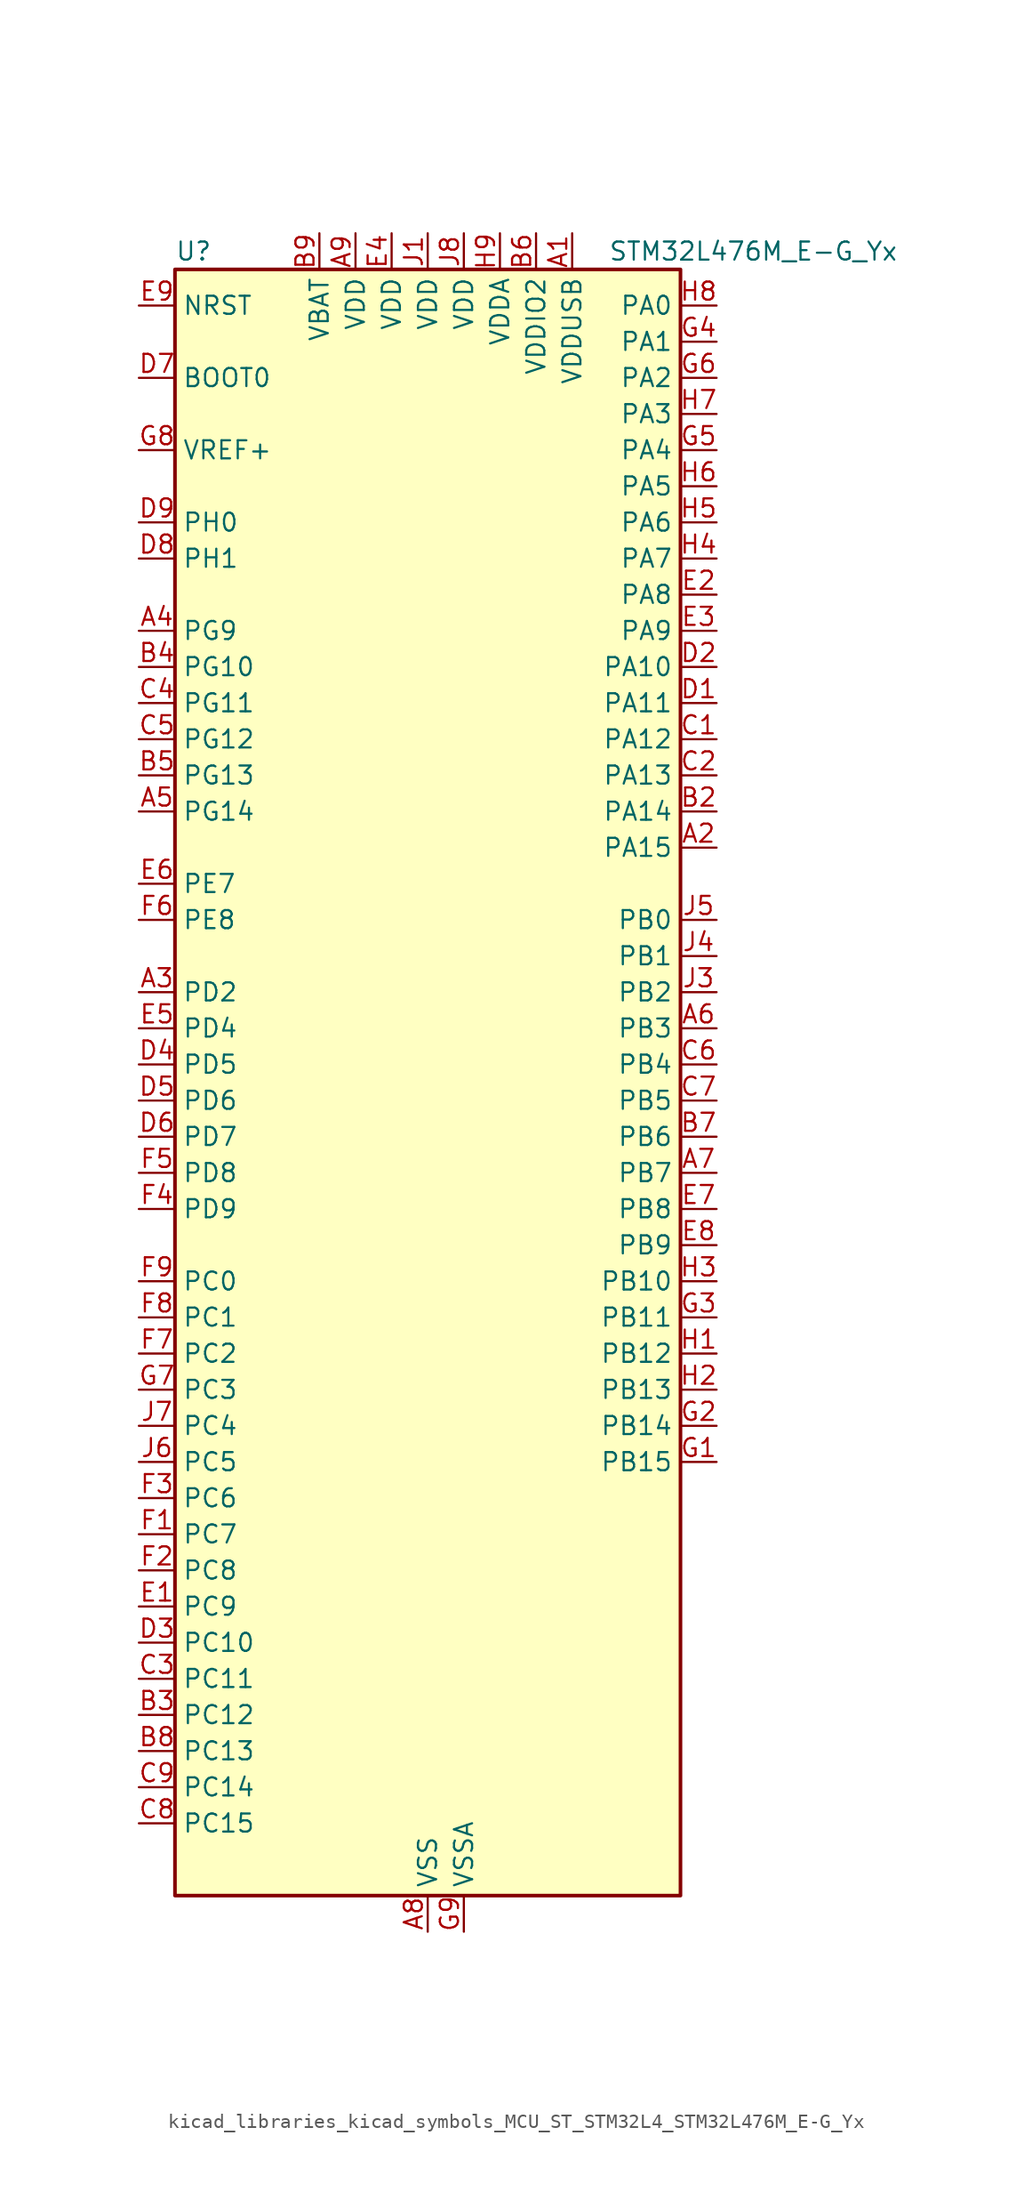
<source format=kicad_sym>
(kicad_symbol_lib
  (version 20220914)
  (generator kicad_symbol_editor)
  (symbol "kicad_libraries_kicad_symbols_MCU_ST_STM32L4_STM32L476M_E-G_Yx"
    (property "Reference" "U"
      (at -17.78 59.69 0)
      (effects (font (size 1.27 1.27)) (justify left)))
    (property "Value" "STM32L476M_E-G_Yx"
      (at 12.7 59.69 0)
      (effects (font (size 1.27 1.27)) (justify left)))
    (property "ki_locked" ""
      (at 0 0 0)
      (effects (font (size 1.27 1.27))))
    (symbol "kicad_libraries_kicad_symbols_MCU_ST_STM32L4_STM32L476M_E-G_Yx_0_1"
      (rectangle (start -17.78 -55.88) (end 17.78 58.42) (stroke (width 0.254) (type default)) (fill (type background))))
    (symbol "kicad_libraries_kicad_symbols_MCU_ST_STM32L4_STM32L476M_E-G_Yx_1_1"
      (pin power_in line (at 10.16 60.96 270) (length 2.54) (name "VDDUSB" (effects (font (size 1.27 1.27)))) (number "A1" (effects (font (size 1.27 1.27)))))
      (pin bidirectional line (at 20.32 17.78 180) (length 2.54) (name "PA15" (effects (font (size 1.27 1.27)))) (number "A2" (effects (font (size 1.27 1.27)))) (alternate "ADC1_EXTI15" bidirectional line) (alternate "ADC2_EXTI15" bidirectional line) (alternate "ADC3_EXTI15" bidirectional line) (alternate "LCD_SEG17" bidirectional line) (alternate "SAI2_FS_B" bidirectional line) (alternate "SPI1_NSS" bidirectional line) (alternate "SPI3_NSS" bidirectional line) (alternate "SYS_JTDI" bidirectional line) (alternate "TIM2_CH1" bidirectional line) (alternate "TIM2_ETR" bidirectional line) (alternate "TSC_G3_IO1" bidirectional line) (alternate "UART4_DE" bidirectional line) (alternate "UART4_RTS" bidirectional line))
      (pin bidirectional line (at -20.32 7.62 0) (length 2.54) (name "PD2" (effects (font (size 1.27 1.27)))) (number "A3" (effects (font (size 1.27 1.27)))) (alternate "LCD_COM7" bidirectional line) (alternate "LCD_SEG31" bidirectional line) (alternate "LCD_SEG43" bidirectional line) (alternate "SDMMC1_CMD" bidirectional line) (alternate "TIM3_ETR" bidirectional line) (alternate "TSC_SYNC" bidirectional line) (alternate "UART5_RX" bidirectional line) (alternate "USART3_DE" bidirectional line) (alternate "USART3_RTS" bidirectional line))
      (pin bidirectional line (at -20.32 33.02 0) (length 2.54) (name "PG9" (effects (font (size 1.27 1.27)))) (number "A4" (effects (font (size 1.27 1.27)))) (alternate "DAC1_EXTI9" bidirectional line) (alternate "SAI2_SCK_A" bidirectional line) (alternate "SPI3_SCK" bidirectional line) (alternate "TIM15_CH1N" bidirectional line) (alternate "USART1_TX" bidirectional line))
      (pin bidirectional line (at -20.32 20.32 0) (length 2.54) (name "PG14" (effects (font (size 1.27 1.27)))) (number "A5" (effects (font (size 1.27 1.27)))) (alternate "I2C1_SCL" bidirectional line))
      (pin bidirectional line (at 20.32 5.08 180) (length 2.54) (name "PB3" (effects (font (size 1.27 1.27)))) (number "A6" (effects (font (size 1.27 1.27)))) (alternate "COMP2_INM" bidirectional line) (alternate "LCD_SEG7" bidirectional line) (alternate "SAI1_SCK_B" bidirectional line) (alternate "SPI1_SCK" bidirectional line) (alternate "SPI3_SCK" bidirectional line) (alternate "SYS_JTDO-SWO" bidirectional line) (alternate "TIM2_CH2" bidirectional line) (alternate "USART1_DE" bidirectional line) (alternate "USART1_RTS" bidirectional line))
      (pin bidirectional line (at 20.32 -5.08 180) (length 2.54) (name "PB7" (effects (font (size 1.27 1.27)))) (number "A7" (effects (font (size 1.27 1.27)))) (alternate "COMP2_INM" bidirectional line) (alternate "DFSDM1_CKIN5" bidirectional line) (alternate "I2C1_SDA" bidirectional line) (alternate "LCD_SEG21" bidirectional line) (alternate "LPTIM1_IN2" bidirectional line) (alternate "SYS_PVD_IN" bidirectional line) (alternate "TIM17_CH1N" bidirectional line) (alternate "TIM4_CH2" bidirectional line) (alternate "TIM8_BKIN" bidirectional line) (alternate "TIM8_BKIN_COMP1" bidirectional line) (alternate "TSC_G2_IO4" bidirectional line) (alternate "UART4_CTS" bidirectional line) (alternate "USART1_RX" bidirectional line))
      (pin power_in line (at 0 -58.42 90) (length 2.54) (name "VSS" (effects (font (size 1.27 1.27)))) (number "A8" (effects (font (size 1.27 1.27)))))
      (pin power_in line (at -5.08 60.96 270) (length 2.54) (name "VDD" (effects (font (size 1.27 1.27)))) (number "A9" (effects (font (size 1.27 1.27)))))
      (pin passive line (at 0 -58.42 90) (length 2.54) hide (name "VSS" (effects (font (size 1.27 1.27)))) (number "B1" (effects (font (size 1.27 1.27)))))
      (pin bidirectional line (at 20.32 20.32 180) (length 2.54) (name "PA14" (effects (font (size 1.27 1.27)))) (number "B2" (effects (font (size 1.27 1.27)))) (alternate "SYS_JTCK-SWCLK" bidirectional line))
      (pin bidirectional line (at -20.32 -43.18 0) (length 2.54) (name "PC12" (effects (font (size 1.27 1.27)))) (number "B3" (effects (font (size 1.27 1.27)))) (alternate "LCD_COM6" bidirectional line) (alternate "LCD_SEG30" bidirectional line) (alternate "LCD_SEG42" bidirectional line) (alternate "SAI2_SD_B" bidirectional line) (alternate "SDMMC1_CK" bidirectional line) (alternate "SPI3_MOSI" bidirectional line) (alternate "TSC_G3_IO4" bidirectional line) (alternate "UART5_TX" bidirectional line) (alternate "USART3_CK" bidirectional line))
      (pin bidirectional line (at -20.32 30.48 0) (length 2.54) (name "PG10" (effects (font (size 1.27 1.27)))) (number "B4" (effects (font (size 1.27 1.27)))) (alternate "LPTIM1_IN1" bidirectional line) (alternate "SAI2_FS_A" bidirectional line) (alternate "SPI3_MISO" bidirectional line) (alternate "TIM15_CH1" bidirectional line) (alternate "USART1_RX" bidirectional line))
      (pin bidirectional line (at -20.32 22.86 0) (length 2.54) (name "PG13" (effects (font (size 1.27 1.27)))) (number "B5" (effects (font (size 1.27 1.27)))) (alternate "I2C1_SDA" bidirectional line) (alternate "USART1_CK" bidirectional line))
      (pin power_in line (at 7.62 60.96 270) (length 2.54) (name "VDDIO2" (effects (font (size 1.27 1.27)))) (number "B6" (effects (font (size 1.27 1.27)))))
      (pin bidirectional line (at 20.32 -2.54 180) (length 2.54) (name "PB6" (effects (font (size 1.27 1.27)))) (number "B7" (effects (font (size 1.27 1.27)))) (alternate "COMP2_INP" bidirectional line) (alternate "DFSDM1_DATIN5" bidirectional line) (alternate "I2C1_SCL" bidirectional line) (alternate "LPTIM1_ETR" bidirectional line) (alternate "SAI1_FS_B" bidirectional line) (alternate "TIM16_CH1N" bidirectional line) (alternate "TIM4_CH1" bidirectional line) (alternate "TIM8_BKIN2" bidirectional line) (alternate "TIM8_BKIN2_COMP2" bidirectional line) (alternate "TSC_G2_IO3" bidirectional line) (alternate "USART1_TX" bidirectional line))
      (pin bidirectional line (at -20.32 -45.72 0) (length 2.54) (name "PC13" (effects (font (size 1.27 1.27)))) (number "B8" (effects (font (size 1.27 1.27)))) (alternate "RTC_OUT_ALARM" bidirectional line) (alternate "RTC_OUT_CALIB" bidirectional line) (alternate "RTC_TAMP1" bidirectional line) (alternate "RTC_TS" bidirectional line) (alternate "SYS_WKUP2" bidirectional line))
      (pin power_in line (at -7.62 60.96 270) (length 2.54) (name "VBAT" (effects (font (size 1.27 1.27)))) (number "B9" (effects (font (size 1.27 1.27)))))
      (pin bidirectional line (at 20.32 25.4 180) (length 2.54) (name "PA12" (effects (font (size 1.27 1.27)))) (number "C1" (effects (font (size 1.27 1.27)))) (alternate "CAN1_TX" bidirectional line) (alternate "TIM1_ETR" bidirectional line) (alternate "USART1_DE" bidirectional line) (alternate "USART1_RTS" bidirectional line) (alternate "USB_OTG_FS_DP" bidirectional line))
      (pin bidirectional line (at 20.32 22.86 180) (length 2.54) (name "PA13" (effects (font (size 1.27 1.27)))) (number "C2" (effects (font (size 1.27 1.27)))) (alternate "IR_OUT" bidirectional line) (alternate "SYS_JTMS-SWDIO" bidirectional line) (alternate "USB_OTG_FS_NOE" bidirectional line))
      (pin bidirectional line (at -20.32 -40.64 0) (length 2.54) (name "PC11" (effects (font (size 1.27 1.27)))) (number "C3" (effects (font (size 1.27 1.27)))) (alternate "ADC1_EXTI11" bidirectional line) (alternate "ADC2_EXTI11" bidirectional line) (alternate "ADC3_EXTI11" bidirectional line) (alternate "LCD_COM5" bidirectional line) (alternate "LCD_SEG29" bidirectional line) (alternate "LCD_SEG41" bidirectional line) (alternate "SAI2_MCLK_B" bidirectional line) (alternate "SDMMC1_D3" bidirectional line) (alternate "SPI3_MISO" bidirectional line) (alternate "TSC_G3_IO3" bidirectional line) (alternate "UART4_RX" bidirectional line) (alternate "USART3_RX" bidirectional line))
      (pin bidirectional line (at -20.32 27.94 0) (length 2.54) (name "PG11" (effects (font (size 1.27 1.27)))) (number "C4" (effects (font (size 1.27 1.27)))) (alternate "ADC1_EXTI11" bidirectional line) (alternate "ADC2_EXTI11" bidirectional line) (alternate "ADC3_EXTI11" bidirectional line) (alternate "LPTIM1_IN2" bidirectional line) (alternate "SAI2_MCLK_A" bidirectional line) (alternate "SPI3_MOSI" bidirectional line) (alternate "TIM15_CH2" bidirectional line) (alternate "USART1_CTS" bidirectional line))
      (pin bidirectional line (at -20.32 25.4 0) (length 2.54) (name "PG12" (effects (font (size 1.27 1.27)))) (number "C5" (effects (font (size 1.27 1.27)))) (alternate "LPTIM1_ETR" bidirectional line) (alternate "SAI2_SD_A" bidirectional line) (alternate "SPI3_NSS" bidirectional line) (alternate "USART1_DE" bidirectional line) (alternate "USART1_RTS" bidirectional line))
      (pin bidirectional line (at 20.32 2.54 180) (length 2.54) (name "PB4" (effects (font (size 1.27 1.27)))) (number "C6" (effects (font (size 1.27 1.27)))) (alternate "COMP2_INP" bidirectional line) (alternate "LCD_SEG8" bidirectional line) (alternate "SAI1_MCLK_B" bidirectional line) (alternate "SPI1_MISO" bidirectional line) (alternate "SPI3_MISO" bidirectional line) (alternate "SYS_JTRST" bidirectional line) (alternate "TIM17_BKIN" bidirectional line) (alternate "TIM3_CH1" bidirectional line) (alternate "TSC_G2_IO1" bidirectional line) (alternate "UART5_DE" bidirectional line) (alternate "UART5_RTS" bidirectional line) (alternate "USART1_CTS" bidirectional line))
      (pin bidirectional line (at 20.32 0 180) (length 2.54) (name "PB5" (effects (font (size 1.27 1.27)))) (number "C7" (effects (font (size 1.27 1.27)))) (alternate "COMP2_OUT" bidirectional line) (alternate "I2C1_SMBA" bidirectional line) (alternate "LCD_SEG9" bidirectional line) (alternate "LPTIM1_IN1" bidirectional line) (alternate "SAI1_SD_B" bidirectional line) (alternate "SPI1_MOSI" bidirectional line) (alternate "SPI3_MOSI" bidirectional line) (alternate "TIM16_BKIN" bidirectional line) (alternate "TIM3_CH2" bidirectional line) (alternate "TSC_G2_IO2" bidirectional line) (alternate "UART5_CTS" bidirectional line) (alternate "USART1_CK" bidirectional line))
      (pin bidirectional line (at -20.32 -50.8 0) (length 2.54) (name "PC15" (effects (font (size 1.27 1.27)))) (number "C8" (effects (font (size 1.27 1.27)))) (alternate "ADC1_EXTI15" bidirectional line) (alternate "ADC2_EXTI15" bidirectional line) (alternate "ADC3_EXTI15" bidirectional line) (alternate "RCC_OSC32_OUT" bidirectional line))
      (pin bidirectional line (at -20.32 -48.26 0) (length 2.54) (name "PC14" (effects (font (size 1.27 1.27)))) (number "C9" (effects (font (size 1.27 1.27)))) (alternate "RCC_OSC32_IN" bidirectional line))
      (pin bidirectional line (at 20.32 27.94 180) (length 2.54) (name "PA11" (effects (font (size 1.27 1.27)))) (number "D1" (effects (font (size 1.27 1.27)))) (alternate "ADC1_EXTI11" bidirectional line) (alternate "ADC2_EXTI11" bidirectional line) (alternate "ADC3_EXTI11" bidirectional line) (alternate "CAN1_RX" bidirectional line) (alternate "TIM1_BKIN2" bidirectional line) (alternate "TIM1_BKIN2_COMP1" bidirectional line) (alternate "TIM1_CH4" bidirectional line) (alternate "USART1_CTS" bidirectional line) (alternate "USB_OTG_FS_DM" bidirectional line))
      (pin bidirectional line (at 20.32 30.48 180) (length 2.54) (name "PA10" (effects (font (size 1.27 1.27)))) (number "D2" (effects (font (size 1.27 1.27)))) (alternate "LCD_COM2" bidirectional line) (alternate "TIM17_BKIN" bidirectional line) (alternate "TIM1_CH3" bidirectional line) (alternate "USART1_RX" bidirectional line) (alternate "USB_OTG_FS_ID" bidirectional line))
      (pin bidirectional line (at -20.32 -38.1 0) (length 2.54) (name "PC10" (effects (font (size 1.27 1.27)))) (number "D3" (effects (font (size 1.27 1.27)))) (alternate "LCD_COM4" bidirectional line) (alternate "LCD_SEG28" bidirectional line) (alternate "LCD_SEG40" bidirectional line) (alternate "SAI2_SCK_B" bidirectional line) (alternate "SDMMC1_D2" bidirectional line) (alternate "SPI3_SCK" bidirectional line) (alternate "TSC_G3_IO2" bidirectional line) (alternate "UART4_TX" bidirectional line) (alternate "USART3_TX" bidirectional line))
      (pin bidirectional line (at -20.32 2.54 0) (length 2.54) (name "PD5" (effects (font (size 1.27 1.27)))) (number "D4" (effects (font (size 1.27 1.27)))) (alternate "USART2_TX" bidirectional line))
      (pin bidirectional line (at -20.32 0 0) (length 2.54) (name "PD6" (effects (font (size 1.27 1.27)))) (number "D5" (effects (font (size 1.27 1.27)))) (alternate "DFSDM1_DATIN1" bidirectional line) (alternate "SAI1_SD_A" bidirectional line) (alternate "USART2_RX" bidirectional line))
      (pin bidirectional line (at -20.32 -2.54 0) (length 2.54) (name "PD7" (effects (font (size 1.27 1.27)))) (number "D6" (effects (font (size 1.27 1.27)))) (alternate "DFSDM1_CKIN1" bidirectional line) (alternate "USART2_CK" bidirectional line))
      (pin input line (at -20.32 50.8 0) (length 2.54) (name "BOOT0" (effects (font (size 1.27 1.27)))) (number "D7" (effects (font (size 1.27 1.27)))))
      (pin bidirectional line (at -20.32 38.1 0) (length 2.54) (name "PH1" (effects (font (size 1.27 1.27)))) (number "D8" (effects (font (size 1.27 1.27)))) (alternate "RCC_OSC_OUT" bidirectional line))
      (pin bidirectional line (at -20.32 40.64 0) (length 2.54) (name "PH0" (effects (font (size 1.27 1.27)))) (number "D9" (effects (font (size 1.27 1.27)))) (alternate "RCC_OSC_IN" bidirectional line))
      (pin bidirectional line (at -20.32 -35.56 0) (length 2.54) (name "PC9" (effects (font (size 1.27 1.27)))) (number "E1" (effects (font (size 1.27 1.27)))) (alternate "DAC1_EXTI9" bidirectional line) (alternate "LCD_SEG27" bidirectional line) (alternate "SAI2_EXTCLK" bidirectional line) (alternate "SDMMC1_D1" bidirectional line) (alternate "TIM3_CH4" bidirectional line) (alternate "TIM8_BKIN2" bidirectional line) (alternate "TIM8_BKIN2_COMP1" bidirectional line) (alternate "TIM8_CH4" bidirectional line) (alternate "TSC_G4_IO4" bidirectional line) (alternate "USB_OTG_FS_NOE" bidirectional line))
      (pin bidirectional line (at 20.32 35.56 180) (length 2.54) (name "PA8" (effects (font (size 1.27 1.27)))) (number "E2" (effects (font (size 1.27 1.27)))) (alternate "LCD_COM0" bidirectional line) (alternate "LPTIM2_OUT" bidirectional line) (alternate "RCC_MCO" bidirectional line) (alternate "TIM1_CH1" bidirectional line) (alternate "USART1_CK" bidirectional line) (alternate "USB_OTG_FS_SOF" bidirectional line))
      (pin bidirectional line (at 20.32 33.02 180) (length 2.54) (name "PA9" (effects (font (size 1.27 1.27)))) (number "E3" (effects (font (size 1.27 1.27)))) (alternate "DAC1_EXTI9" bidirectional line) (alternate "LCD_COM1" bidirectional line) (alternate "TIM15_BKIN" bidirectional line) (alternate "TIM1_CH2" bidirectional line) (alternate "USART1_TX" bidirectional line) (alternate "USB_OTG_FS_VBUS" bidirectional line))
      (pin power_in line (at -2.54 60.96 270) (length 2.54) (name "VDD" (effects (font (size 1.27 1.27)))) (number "E4" (effects (font (size 1.27 1.27)))))
      (pin bidirectional line (at -20.32 5.08 0) (length 2.54) (name "PD4" (effects (font (size 1.27 1.27)))) (number "E5" (effects (font (size 1.27 1.27)))) (alternate "DFSDM1_CKIN0" bidirectional line) (alternate "SPI2_MOSI" bidirectional line) (alternate "USART2_DE" bidirectional line) (alternate "USART2_RTS" bidirectional line))
      (pin bidirectional line (at -20.32 15.24 0) (length 2.54) (name "PE7" (effects (font (size 1.27 1.27)))) (number "E6" (effects (font (size 1.27 1.27)))) (alternate "DFSDM1_DATIN2" bidirectional line) (alternate "SAI1_SD_B" bidirectional line) (alternate "TIM1_ETR" bidirectional line))
      (pin bidirectional line (at 20.32 -7.62 180) (length 2.54) (name "PB8" (effects (font (size 1.27 1.27)))) (number "E7" (effects (font (size 1.27 1.27)))) (alternate "CAN1_RX" bidirectional line) (alternate "DFSDM1_DATIN6" bidirectional line) (alternate "I2C1_SCL" bidirectional line) (alternate "LCD_SEG16" bidirectional line) (alternate "SAI1_MCLK_A" bidirectional line) (alternate "SDMMC1_D4" bidirectional line) (alternate "TIM16_CH1" bidirectional line) (alternate "TIM4_CH3" bidirectional line))
      (pin bidirectional line (at 20.32 -10.16 180) (length 2.54) (name "PB9" (effects (font (size 1.27 1.27)))) (number "E8" (effects (font (size 1.27 1.27)))) (alternate "CAN1_TX" bidirectional line) (alternate "DAC1_EXTI9" bidirectional line) (alternate "DFSDM1_CKIN6" bidirectional line) (alternate "I2C1_SDA" bidirectional line) (alternate "IR_OUT" bidirectional line) (alternate "LCD_COM3" bidirectional line) (alternate "SAI1_FS_A" bidirectional line) (alternate "SDMMC1_D5" bidirectional line) (alternate "SPI2_NSS" bidirectional line) (alternate "TIM17_CH1" bidirectional line) (alternate "TIM4_CH4" bidirectional line))
      (pin input line (at -20.32 55.88 0) (length 2.54) (name "NRST" (effects (font (size 1.27 1.27)))) (number "E9" (effects (font (size 1.27 1.27)))))
      (pin bidirectional line (at -20.32 -30.48 0) (length 2.54) (name "PC7" (effects (font (size 1.27 1.27)))) (number "F1" (effects (font (size 1.27 1.27)))) (alternate "DFSDM1_DATIN3" bidirectional line) (alternate "LCD_SEG25" bidirectional line) (alternate "SAI2_MCLK_B" bidirectional line) (alternate "SDMMC1_D7" bidirectional line) (alternate "TIM3_CH2" bidirectional line) (alternate "TIM8_CH2" bidirectional line) (alternate "TSC_G4_IO2" bidirectional line))
      (pin bidirectional line (at -20.32 -33.02 0) (length 2.54) (name "PC8" (effects (font (size 1.27 1.27)))) (number "F2" (effects (font (size 1.27 1.27)))) (alternate "LCD_SEG26" bidirectional line) (alternate "SDMMC1_D0" bidirectional line) (alternate "TIM3_CH3" bidirectional line) (alternate "TIM8_CH3" bidirectional line) (alternate "TSC_G4_IO3" bidirectional line))
      (pin bidirectional line (at -20.32 -27.94 0) (length 2.54) (name "PC6" (effects (font (size 1.27 1.27)))) (number "F3" (effects (font (size 1.27 1.27)))) (alternate "DFSDM1_CKIN3" bidirectional line) (alternate "LCD_SEG24" bidirectional line) (alternate "SAI2_MCLK_A" bidirectional line) (alternate "SDMMC1_D6" bidirectional line) (alternate "TIM3_CH1" bidirectional line) (alternate "TIM8_CH1" bidirectional line) (alternate "TSC_G4_IO1" bidirectional line))
      (pin bidirectional line (at -20.32 -7.62 0) (length 2.54) (name "PD9" (effects (font (size 1.27 1.27)))) (number "F4" (effects (font (size 1.27 1.27)))) (alternate "DAC1_EXTI9" bidirectional line) (alternate "LCD_SEG29" bidirectional line) (alternate "SAI2_MCLK_A" bidirectional line) (alternate "USART3_RX" bidirectional line))
      (pin bidirectional line (at -20.32 -5.08 0) (length 2.54) (name "PD8" (effects (font (size 1.27 1.27)))) (number "F5" (effects (font (size 1.27 1.27)))) (alternate "LCD_SEG28" bidirectional line) (alternate "USART3_TX" bidirectional line))
      (pin bidirectional line (at -20.32 12.7 0) (length 2.54) (name "PE8" (effects (font (size 1.27 1.27)))) (number "F6" (effects (font (size 1.27 1.27)))) (alternate "DFSDM1_CKIN2" bidirectional line) (alternate "SAI1_SCK_B" bidirectional line) (alternate "TIM1_CH1N" bidirectional line))
      (pin bidirectional line (at -20.32 -17.78 0) (length 2.54) (name "PC2" (effects (font (size 1.27 1.27)))) (number "F7" (effects (font (size 1.27 1.27)))) (alternate "ADC1_IN3" bidirectional line) (alternate "ADC2_IN3" bidirectional line) (alternate "ADC3_IN3" bidirectional line) (alternate "DFSDM1_CKOUT" bidirectional line) (alternate "LCD_SEG20" bidirectional line) (alternate "LPTIM1_IN2" bidirectional line) (alternate "SPI2_MISO" bidirectional line))
      (pin bidirectional line (at -20.32 -15.24 0) (length 2.54) (name "PC1" (effects (font (size 1.27 1.27)))) (number "F8" (effects (font (size 1.27 1.27)))) (alternate "ADC1_IN2" bidirectional line) (alternate "ADC2_IN2" bidirectional line) (alternate "ADC3_IN2" bidirectional line) (alternate "DFSDM1_CKIN4" bidirectional line) (alternate "I2C3_SDA" bidirectional line) (alternate "LCD_SEG19" bidirectional line) (alternate "LPTIM1_OUT" bidirectional line) (alternate "LPUART1_TX" bidirectional line))
      (pin bidirectional line (at -20.32 -12.7 0) (length 2.54) (name "PC0" (effects (font (size 1.27 1.27)))) (number "F9" (effects (font (size 1.27 1.27)))) (alternate "ADC1_IN1" bidirectional line) (alternate "ADC2_IN1" bidirectional line) (alternate "ADC3_IN1" bidirectional line) (alternate "DFSDM1_DATIN4" bidirectional line) (alternate "I2C3_SCL" bidirectional line) (alternate "LCD_SEG18" bidirectional line) (alternate "LPTIM1_IN1" bidirectional line) (alternate "LPTIM2_IN1" bidirectional line) (alternate "LPUART1_RX" bidirectional line))
      (pin bidirectional line (at 20.32 -25.4 180) (length 2.54) (name "PB15" (effects (font (size 1.27 1.27)))) (number "G1" (effects (font (size 1.27 1.27)))) (alternate "ADC1_EXTI15" bidirectional line) (alternate "ADC2_EXTI15" bidirectional line) (alternate "ADC3_EXTI15" bidirectional line) (alternate "DFSDM1_CKIN2" bidirectional line) (alternate "LCD_SEG15" bidirectional line) (alternate "RTC_REFIN" bidirectional line) (alternate "SAI2_SD_A" bidirectional line) (alternate "SPI2_MOSI" bidirectional line) (alternate "SWPMI1_SUSPEND" bidirectional line) (alternate "TIM15_CH2" bidirectional line) (alternate "TIM1_CH3N" bidirectional line) (alternate "TIM8_CH3N" bidirectional line) (alternate "TSC_G1_IO4" bidirectional line))
      (pin bidirectional line (at 20.32 -22.86 180) (length 2.54) (name "PB14" (effects (font (size 1.27 1.27)))) (number "G2" (effects (font (size 1.27 1.27)))) (alternate "DFSDM1_DATIN2" bidirectional line) (alternate "I2C2_SDA" bidirectional line) (alternate "LCD_SEG14" bidirectional line) (alternate "SAI2_MCLK_A" bidirectional line) (alternate "SPI2_MISO" bidirectional line) (alternate "SWPMI1_RX" bidirectional line) (alternate "TIM15_CH1" bidirectional line) (alternate "TIM1_CH2N" bidirectional line) (alternate "TIM8_CH2N" bidirectional line) (alternate "TSC_G1_IO3" bidirectional line) (alternate "USART3_DE" bidirectional line) (alternate "USART3_RTS" bidirectional line))
      (pin bidirectional line (at 20.32 -15.24 180) (length 2.54) (name "PB11" (effects (font (size 1.27 1.27)))) (number "G3" (effects (font (size 1.27 1.27)))) (alternate "ADC1_EXTI11" bidirectional line) (alternate "ADC2_EXTI11" bidirectional line) (alternate "ADC3_EXTI11" bidirectional line) (alternate "COMP2_OUT" bidirectional line) (alternate "DFSDM1_CKIN7" bidirectional line) (alternate "I2C2_SDA" bidirectional line) (alternate "LCD_SEG11" bidirectional line) (alternate "LPUART1_TX" bidirectional line) (alternate "QUADSPI_NCS" bidirectional line) (alternate "TIM2_CH4" bidirectional line) (alternate "USART3_RX" bidirectional line))
      (pin bidirectional line (at 20.32 53.34 180) (length 2.54) (name "PA1" (effects (font (size 1.27 1.27)))) (number "G4" (effects (font (size 1.27 1.27)))) (alternate "ADC1_IN6" bidirectional line) (alternate "ADC2_IN6" bidirectional line) (alternate "LCD_SEG0" bidirectional line) (alternate "OPAMP1_VINM" bidirectional line) (alternate "TIM15_CH1N" bidirectional line) (alternate "TIM2_CH2" bidirectional line) (alternate "TIM5_CH2" bidirectional line) (alternate "UART4_RX" bidirectional line) (alternate "USART2_DE" bidirectional line) (alternate "USART2_RTS" bidirectional line))
      (pin bidirectional line (at 20.32 45.72 180) (length 2.54) (name "PA4" (effects (font (size 1.27 1.27)))) (number "G5" (effects (font (size 1.27 1.27)))) (alternate "ADC1_IN9" bidirectional line) (alternate "ADC2_IN9" bidirectional line) (alternate "DAC1_OUT1" bidirectional line) (alternate "LPTIM2_OUT" bidirectional line) (alternate "SAI1_FS_B" bidirectional line) (alternate "SPI1_NSS" bidirectional line) (alternate "SPI3_NSS" bidirectional line) (alternate "USART2_CK" bidirectional line))
      (pin bidirectional line (at 20.32 50.8 180) (length 2.54) (name "PA2" (effects (font (size 1.27 1.27)))) (number "G6" (effects (font (size 1.27 1.27)))) (alternate "ADC1_IN7" bidirectional line) (alternate "ADC2_IN7" bidirectional line) (alternate "LCD_SEG1" bidirectional line) (alternate "RCC_LSCO" bidirectional line) (alternate "SAI2_EXTCLK" bidirectional line) (alternate "SYS_WKUP4" bidirectional line) (alternate "TIM15_CH1" bidirectional line) (alternate "TIM2_CH3" bidirectional line) (alternate "TIM5_CH3" bidirectional line) (alternate "USART2_TX" bidirectional line))
      (pin bidirectional line (at -20.32 -20.32 0) (length 2.54) (name "PC3" (effects (font (size 1.27 1.27)))) (number "G7" (effects (font (size 1.27 1.27)))) (alternate "ADC1_IN4" bidirectional line) (alternate "ADC2_IN4" bidirectional line) (alternate "ADC3_IN4" bidirectional line) (alternate "LCD_VLCD" bidirectional line) (alternate "LPTIM1_ETR" bidirectional line) (alternate "LPTIM2_ETR" bidirectional line) (alternate "SAI1_SD_A" bidirectional line) (alternate "SPI2_MOSI" bidirectional line))
      (pin input line (at -20.32 45.72 0) (length 2.54) (name "VREF+" (effects (font (size 1.27 1.27)))) (number "G8" (effects (font (size 1.27 1.27)))) (alternate "VREFBUF_OUT" bidirectional line))
      (pin power_in line (at 2.54 -58.42 90) (length 2.54) (name "VSSA" (effects (font (size 1.27 1.27)))) (number "G9" (effects (font (size 1.27 1.27)))))
      (pin bidirectional line (at 20.32 -17.78 180) (length 2.54) (name "PB12" (effects (font (size 1.27 1.27)))) (number "H1" (effects (font (size 1.27 1.27)))) (alternate "DFSDM1_DATIN1" bidirectional line) (alternate "I2C2_SMBA" bidirectional line) (alternate "LCD_SEG12" bidirectional line) (alternate "LPUART1_DE" bidirectional line) (alternate "LPUART1_RTS" bidirectional line) (alternate "SAI2_FS_A" bidirectional line) (alternate "SPI2_NSS" bidirectional line) (alternate "SWPMI1_IO" bidirectional line) (alternate "TIM15_BKIN" bidirectional line) (alternate "TIM1_BKIN" bidirectional line) (alternate "TIM1_BKIN_COMP2" bidirectional line) (alternate "TSC_G1_IO1" bidirectional line) (alternate "USART3_CK" bidirectional line))
      (pin bidirectional line (at 20.32 -20.32 180) (length 2.54) (name "PB13" (effects (font (size 1.27 1.27)))) (number "H2" (effects (font (size 1.27 1.27)))) (alternate "DFSDM1_CKIN1" bidirectional line) (alternate "I2C2_SCL" bidirectional line) (alternate "LCD_SEG13" bidirectional line) (alternate "LPUART1_CTS" bidirectional line) (alternate "SAI2_SCK_A" bidirectional line) (alternate "SPI2_SCK" bidirectional line) (alternate "SWPMI1_TX" bidirectional line) (alternate "TIM15_CH1N" bidirectional line) (alternate "TIM1_CH1N" bidirectional line) (alternate "TSC_G1_IO2" bidirectional line) (alternate "USART3_CTS" bidirectional line))
      (pin bidirectional line (at 20.32 -12.7 180) (length 2.54) (name "PB10" (effects (font (size 1.27 1.27)))) (number "H3" (effects (font (size 1.27 1.27)))) (alternate "COMP1_OUT" bidirectional line) (alternate "DFSDM1_DATIN7" bidirectional line) (alternate "I2C2_SCL" bidirectional line) (alternate "LCD_SEG10" bidirectional line) (alternate "LPUART1_RX" bidirectional line) (alternate "QUADSPI_CLK" bidirectional line) (alternate "SAI1_SCK_A" bidirectional line) (alternate "SPI2_SCK" bidirectional line) (alternate "TIM2_CH3" bidirectional line) (alternate "USART3_TX" bidirectional line))
      (pin bidirectional line (at 20.32 38.1 180) (length 2.54) (name "PA7" (effects (font (size 1.27 1.27)))) (number "H4" (effects (font (size 1.27 1.27)))) (alternate "ADC1_IN12" bidirectional line) (alternate "ADC2_IN12" bidirectional line) (alternate "LCD_SEG4" bidirectional line) (alternate "OPAMP2_VINM" bidirectional line) (alternate "QUADSPI_BK1_IO2" bidirectional line) (alternate "SPI1_MOSI" bidirectional line) (alternate "TIM17_CH1" bidirectional line) (alternate "TIM1_CH1N" bidirectional line) (alternate "TIM3_CH2" bidirectional line) (alternate "TIM8_CH1N" bidirectional line))
      (pin bidirectional line (at 20.32 40.64 180) (length 2.54) (name "PA6" (effects (font (size 1.27 1.27)))) (number "H5" (effects (font (size 1.27 1.27)))) (alternate "ADC1_IN11" bidirectional line) (alternate "ADC2_IN11" bidirectional line) (alternate "LCD_SEG3" bidirectional line) (alternate "OPAMP2_VINP" bidirectional line) (alternate "QUADSPI_BK1_IO3" bidirectional line) (alternate "SPI1_MISO" bidirectional line) (alternate "TIM16_CH1" bidirectional line) (alternate "TIM1_BKIN" bidirectional line) (alternate "TIM1_BKIN_COMP2" bidirectional line) (alternate "TIM3_CH1" bidirectional line) (alternate "TIM8_BKIN" bidirectional line) (alternate "TIM8_BKIN_COMP2" bidirectional line) (alternate "USART3_CTS" bidirectional line))
      (pin bidirectional line (at 20.32 43.18 180) (length 2.54) (name "PA5" (effects (font (size 1.27 1.27)))) (number "H6" (effects (font (size 1.27 1.27)))) (alternate "ADC1_IN10" bidirectional line) (alternate "ADC2_IN10" bidirectional line) (alternate "DAC1_OUT2" bidirectional line) (alternate "LPTIM2_ETR" bidirectional line) (alternate "SPI1_SCK" bidirectional line) (alternate "TIM2_CH1" bidirectional line) (alternate "TIM2_ETR" bidirectional line) (alternate "TIM8_CH1N" bidirectional line))
      (pin bidirectional line (at 20.32 48.26 180) (length 2.54) (name "PA3" (effects (font (size 1.27 1.27)))) (number "H7" (effects (font (size 1.27 1.27)))) (alternate "ADC1_IN8" bidirectional line) (alternate "ADC2_IN8" bidirectional line) (alternate "LCD_SEG2" bidirectional line) (alternate "OPAMP1_VOUT" bidirectional line) (alternate "TIM15_CH2" bidirectional line) (alternate "TIM2_CH4" bidirectional line) (alternate "TIM5_CH4" bidirectional line) (alternate "USART2_RX" bidirectional line))
      (pin bidirectional line (at 20.32 55.88 180) (length 2.54) (name "PA0" (effects (font (size 1.27 1.27)))) (number "H8" (effects (font (size 1.27 1.27)))) (alternate "ADC1_IN5" bidirectional line) (alternate "ADC2_IN5" bidirectional line) (alternate "OPAMP1_VINP" bidirectional line) (alternate "RTC_TAMP2" bidirectional line) (alternate "SAI1_EXTCLK" bidirectional line) (alternate "SYS_WKUP1" bidirectional line) (alternate "TIM2_CH1" bidirectional line) (alternate "TIM2_ETR" bidirectional line) (alternate "TIM5_CH1" bidirectional line) (alternate "TIM8_ETR" bidirectional line) (alternate "UART4_TX" bidirectional line) (alternate "USART2_CTS" bidirectional line))
      (pin power_in line (at 5.08 60.96 270) (length 2.54) (name "VDDA" (effects (font (size 1.27 1.27)))) (number "H9" (effects (font (size 1.27 1.27)))))
      (pin power_in line (at 0 60.96 270) (length 2.54) (name "VDD" (effects (font (size 1.27 1.27)))) (number "J1" (effects (font (size 1.27 1.27)))))
      (pin passive line (at 0 -58.42 90) (length 2.54) hide (name "VSS" (effects (font (size 1.27 1.27)))) (number "J2" (effects (font (size 1.27 1.27)))))
      (pin bidirectional line (at 20.32 7.62 180) (length 2.54) (name "PB2" (effects (font (size 1.27 1.27)))) (number "J3" (effects (font (size 1.27 1.27)))) (alternate "COMP1_INP" bidirectional line) (alternate "DFSDM1_CKIN0" bidirectional line) (alternate "I2C3_SMBA" bidirectional line) (alternate "LPTIM1_OUT" bidirectional line) (alternate "RTC_OUT_ALARM" bidirectional line) (alternate "RTC_OUT_CALIB" bidirectional line))
      (pin bidirectional line (at 20.32 10.16 180) (length 2.54) (name "PB1" (effects (font (size 1.27 1.27)))) (number "J4" (effects (font (size 1.27 1.27)))) (alternate "ADC1_IN16" bidirectional line) (alternate "ADC2_IN16" bidirectional line) (alternate "COMP1_INM" bidirectional line) (alternate "DFSDM1_DATIN0" bidirectional line) (alternate "LCD_SEG6" bidirectional line) (alternate "LPTIM2_IN1" bidirectional line) (alternate "QUADSPI_BK1_IO0" bidirectional line) (alternate "TIM1_CH3N" bidirectional line) (alternate "TIM3_CH4" bidirectional line) (alternate "TIM8_CH3N" bidirectional line) (alternate "USART3_DE" bidirectional line) (alternate "USART3_RTS" bidirectional line))
      (pin bidirectional line (at 20.32 12.7 180) (length 2.54) (name "PB0" (effects (font (size 1.27 1.27)))) (number "J5" (effects (font (size 1.27 1.27)))) (alternate "ADC1_IN15" bidirectional line) (alternate "ADC2_IN15" bidirectional line) (alternate "COMP1_OUT" bidirectional line) (alternate "LCD_SEG5" bidirectional line) (alternate "OPAMP2_VOUT" bidirectional line) (alternate "QUADSPI_BK1_IO1" bidirectional line) (alternate "TIM1_CH2N" bidirectional line) (alternate "TIM3_CH3" bidirectional line) (alternate "TIM8_CH2N" bidirectional line) (alternate "USART3_CK" bidirectional line))
      (pin bidirectional line (at -20.32 -25.4 0) (length 2.54) (name "PC5" (effects (font (size 1.27 1.27)))) (number "J6" (effects (font (size 1.27 1.27)))) (alternate "ADC1_IN14" bidirectional line) (alternate "ADC2_IN14" bidirectional line) (alternate "COMP1_INP" bidirectional line) (alternate "LCD_SEG23" bidirectional line) (alternate "SYS_WKUP5" bidirectional line) (alternate "USART3_RX" bidirectional line))
      (pin bidirectional line (at -20.32 -22.86 0) (length 2.54) (name "PC4" (effects (font (size 1.27 1.27)))) (number "J7" (effects (font (size 1.27 1.27)))) (alternate "ADC1_IN13" bidirectional line) (alternate "ADC2_IN13" bidirectional line) (alternate "COMP1_INM" bidirectional line) (alternate "LCD_SEG22" bidirectional line) (alternate "USART3_TX" bidirectional line))
      (pin power_in line (at 2.54 60.96 270) (length 2.54) (name "VDD" (effects (font (size 1.27 1.27)))) (number "J8" (effects (font (size 1.27 1.27)))))
      (pin passive line (at 0 -58.42 90) (length 2.54) hide (name "VSS" (effects (font (size 1.27 1.27)))) (number "J9" (effects (font (size 1.27 1.27))))))))
</source>
